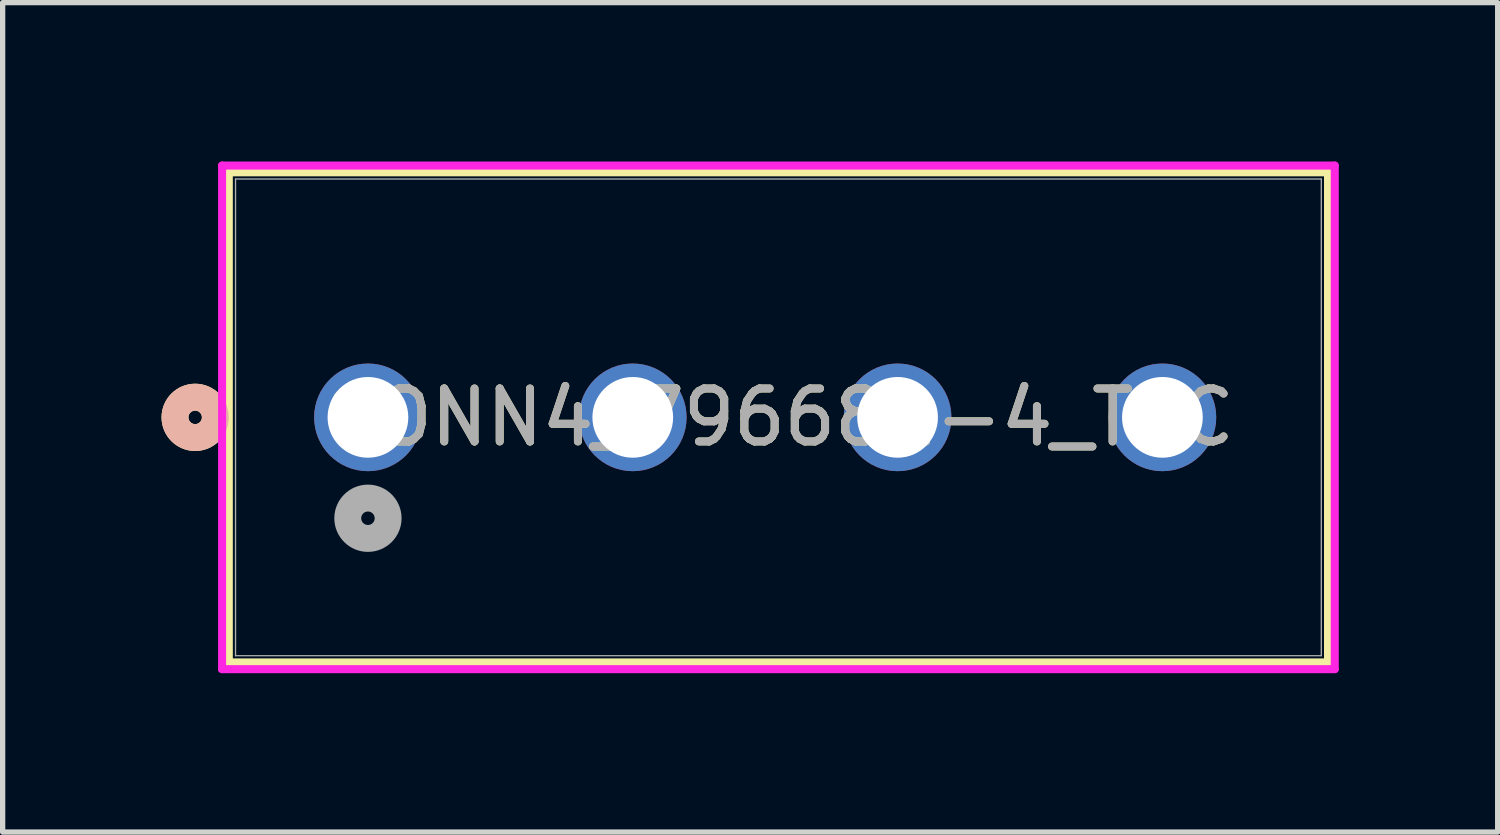
<source format=kicad_pcb>
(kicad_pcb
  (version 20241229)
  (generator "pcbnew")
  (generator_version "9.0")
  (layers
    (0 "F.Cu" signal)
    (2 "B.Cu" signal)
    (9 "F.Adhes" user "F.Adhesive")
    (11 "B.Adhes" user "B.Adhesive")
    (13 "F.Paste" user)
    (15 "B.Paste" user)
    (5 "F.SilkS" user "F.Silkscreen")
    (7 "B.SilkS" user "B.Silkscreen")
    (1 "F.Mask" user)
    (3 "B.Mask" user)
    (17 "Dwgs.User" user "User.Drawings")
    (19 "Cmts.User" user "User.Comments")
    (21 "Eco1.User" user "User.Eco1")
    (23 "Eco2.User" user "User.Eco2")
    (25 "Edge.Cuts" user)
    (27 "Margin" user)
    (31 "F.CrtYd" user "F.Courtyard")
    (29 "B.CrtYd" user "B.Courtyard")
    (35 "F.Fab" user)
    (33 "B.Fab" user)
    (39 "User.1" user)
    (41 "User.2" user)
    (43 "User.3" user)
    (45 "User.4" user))
  (footprint "CONN4_796682-4_TEC"
    (layer "F.Cu")
    (at 3.897 4.83)
    (property "Reference" "CONN4_796682-4_TEC" (at 7.75 0 0) (unlocked yes) (layer "F.SilkS") (effects (font (size 1 1) (thickness 0.15))))
    (attr through_hole)
    (fp_line (start -2.627 -4.627) (end -2.627 4.627) (stroke (width 0.152) (type solid)) (layer "F.SilkS"))
    (fp_line (start -2.627 4.627) (end 18.127 4.627) (stroke (width 0.152) (type solid)) (layer "F.SilkS"))
    (fp_line (start 18.127 -4.627) (end -2.627 -4.627) (stroke (width 0.152) (type solid)) (layer "F.SilkS"))
    (fp_line (start 18.127 4.627) (end 18.127 -4.627) (stroke (width 0.152) (type solid)) (layer "F.SilkS"))
    (fp_circle (center -3.262 0) (end -2.881 0) (stroke (width 0.508) (type solid)) (fill no) (layer "F.SilkS"))
    (fp_circle (center -3.262 0) (end -2.881 0) (stroke (width 0.508) (type solid)) (fill no) (layer "B.SilkS"))
    (fp_line (start -2.754 -4.754) (end -2.754 4.754) (stroke (width 0.152) (type solid)) (layer "F.CrtYd"))
    (fp_line (start -2.754 4.754) (end 18.254 4.754) (stroke (width 0.152) (type solid)) (layer "F.CrtYd"))
    (fp_line (start 18.254 -4.754) (end -2.754 -4.754) (stroke (width 0.152) (type solid)) (layer "F.CrtYd"))
    (fp_line (start 18.254 4.754) (end 18.254 -4.754) (stroke (width 0.152) (type solid)) (layer "F.CrtYd"))
    (fp_line (start -2.5 -4.5) (end -2.5 4.5) (stroke (width 0.025) (type solid)) (layer "F.Fab"))
    (fp_line (start -2.5 4.5) (end 18 4.5) (stroke (width 0.025) (type solid)) (layer "F.Fab"))
    (fp_line (start 18 -4.5) (end -2.5 -4.5) (stroke (width 0.025) (type solid)) (layer "F.Fab"))
    (fp_line (start 18 4.5) (end 18 -4.5) (stroke (width 0.025) (type solid)) (layer "F.Fab"))
    (fp_circle (center 0 1.905) (end 0.381 1.905) (stroke (width 0.508) (type solid)) (fill no) (layer "F.Fab"))
    (fp_text user "${REFERENCE}" (at 7.75 0 0) (unlocked yes) (layer "F.Fab") (effects (font (size 1 1) (thickness 0.15))))
    (pad "1" thru_hole circle (at 0 0) (size 2.032 2.032) (drill 1.524) (layers "*.Cu" "*.Mask"))
    (pad "2" thru_hole circle (at 5 0) (size 2.032 2.032) (drill 1.524) (layers "*.Cu" "*.Mask"))
    (pad "3" thru_hole circle (at 10 0) (size 2.032 2.032) (drill 1.524) (layers "*.Cu" "*.Mask"))
    (pad "4" thru_hole circle (at 15 0) (size 2.032 2.032) (drill 1.524) (layers "*.Cu" "*.Mask")))
  (gr_rect
    (start -3 -3)
    (end 25.227 12.66)
    (stroke (width 0.1) (type default))
    (fill no)
    (layer "Edge.Cuts")))
</source>
